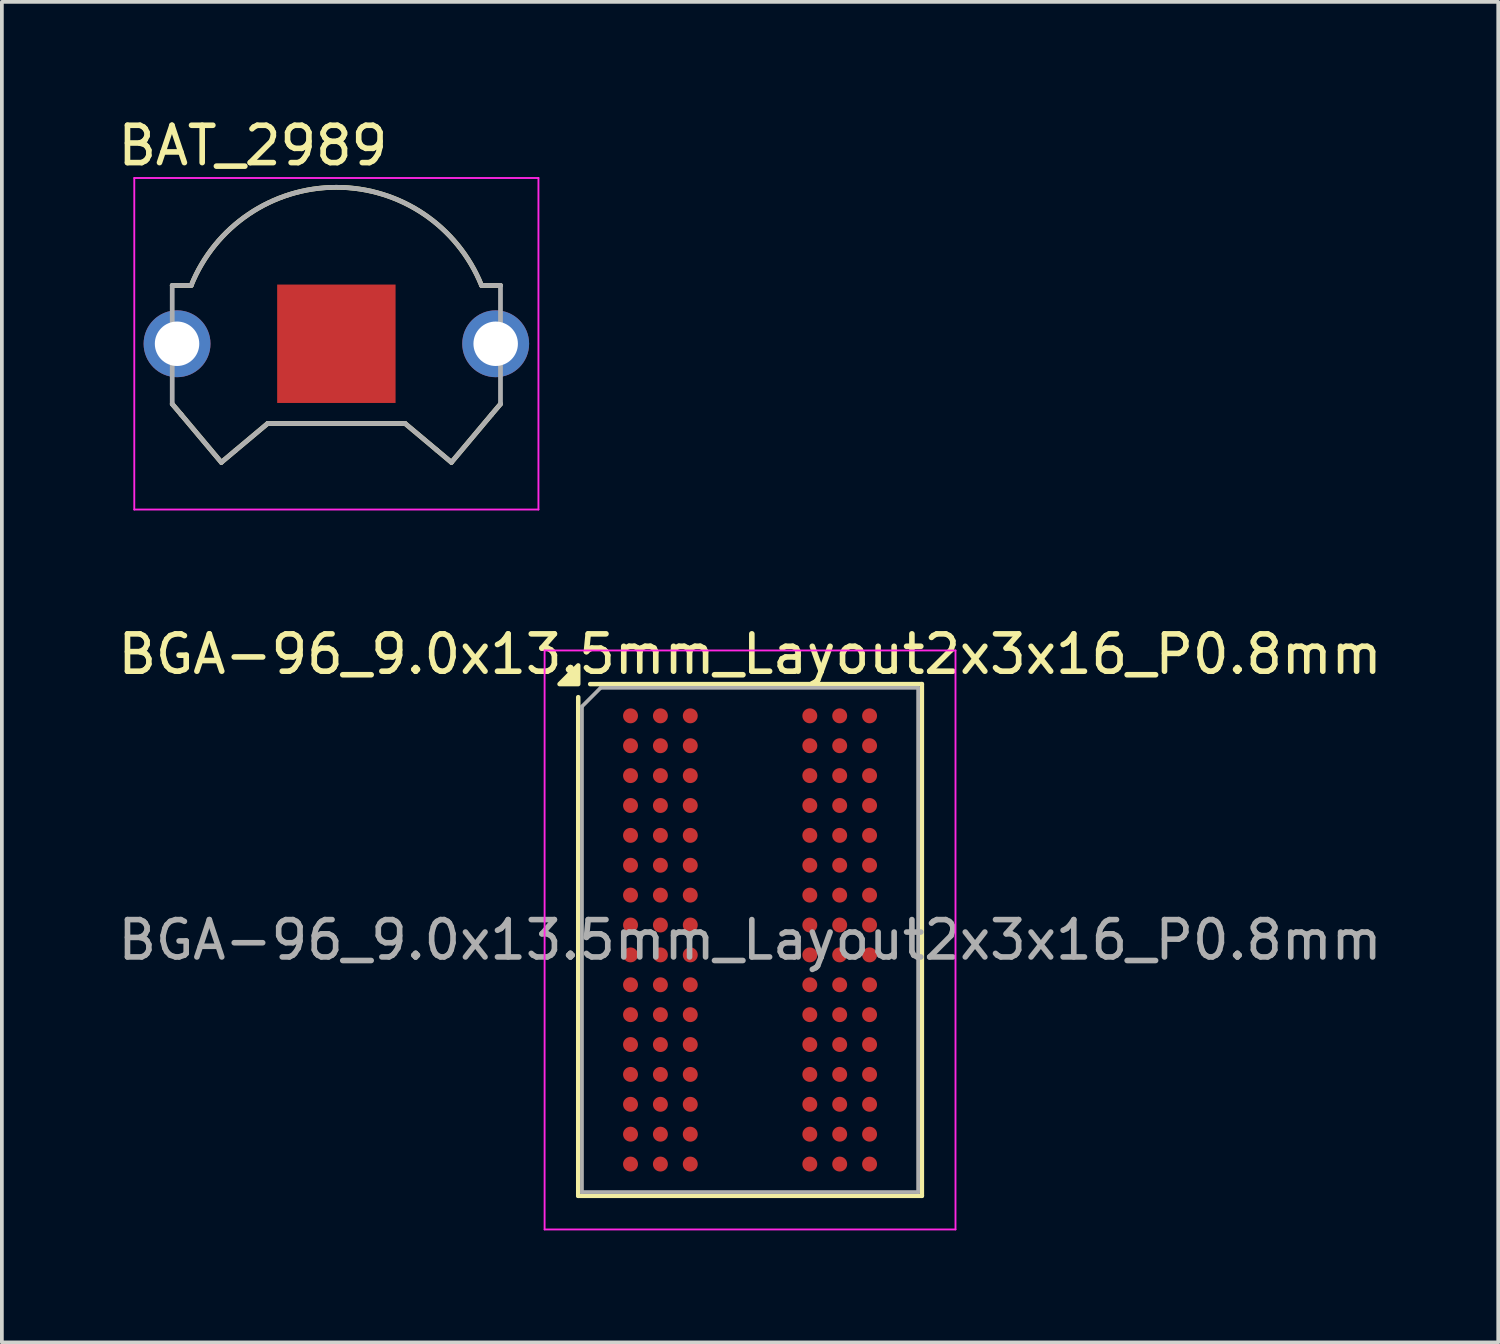
<source format=kicad_pcb>
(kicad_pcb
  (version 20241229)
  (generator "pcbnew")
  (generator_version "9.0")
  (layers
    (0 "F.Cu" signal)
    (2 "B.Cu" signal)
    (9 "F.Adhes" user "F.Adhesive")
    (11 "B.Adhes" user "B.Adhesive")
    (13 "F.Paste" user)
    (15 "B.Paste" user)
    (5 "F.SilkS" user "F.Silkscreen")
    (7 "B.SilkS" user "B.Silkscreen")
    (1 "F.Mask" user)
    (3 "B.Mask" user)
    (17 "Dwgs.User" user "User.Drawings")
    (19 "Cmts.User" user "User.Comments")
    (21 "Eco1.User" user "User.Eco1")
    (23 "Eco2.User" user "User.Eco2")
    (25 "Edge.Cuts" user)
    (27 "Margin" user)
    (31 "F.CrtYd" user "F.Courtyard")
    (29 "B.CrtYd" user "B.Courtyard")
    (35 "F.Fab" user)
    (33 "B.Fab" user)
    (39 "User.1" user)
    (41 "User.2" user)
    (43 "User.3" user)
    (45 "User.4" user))
  (footprint "BGA-96_9.0x13.5mm_Layout2x3x16_P0.8mm"
    (layer "F.Cu")
    (at 17.03 22.114)
    (property "Reference" "BGA-96_9.0x13.5mm_Layout2x3x16_P0.8mm" (at 0 -7.65 0) (layer "F.SilkS") (effects (font (size 1 1) (thickness 0.15))))
    (attr smd)
    (fp_line (start -4.6 -6.5) (end -4.6 6.85) (stroke (width 0.12) (type solid)) (layer "F.SilkS"))
    (fp_line (start -4.6 6.85) (end 4.6 6.85) (stroke (width 0.12) (type solid)) (layer "F.SilkS"))
    (fp_line (start 4.6 -6.85) (end -4.28 -6.85) (stroke (width 0.12) (type solid)) (layer "F.SilkS"))
    (fp_line (start 4.6 6.85) (end 4.6 -6.85) (stroke (width 0.12) (type solid)) (layer "F.SilkS"))
    (fp_poly (pts (xy -4.6 -6.85) (xy -5.1 -6.85) (xy -4.6 -7.35) (xy -4.6 -6.85)) (stroke (width 0.12) (type solid)) (fill yes) (layer "F.SilkS"))
    (fp_line (start -5.5 -7.75) (end -5.5 7.75) (stroke (width 0.05) (type solid)) (layer "F.CrtYd"))
    (fp_line (start -5.5 -7.75) (end 5.5 -7.75) (stroke (width 0.05) (type solid)) (layer "F.CrtYd"))
    (fp_line (start 5.5 7.75) (end -5.5 7.75) (stroke (width 0.05) (type solid)) (layer "F.CrtYd"))
    (fp_line (start 5.5 7.75) (end 5.5 -7.75) (stroke (width 0.05) (type solid)) (layer "F.CrtYd"))
    (fp_line (start -4.5 -6.25) (end -4.5 6.75) (stroke (width 0.1) (type solid)) (layer "F.Fab"))
    (fp_line (start -4.5 6.75) (end 4.5 6.75) (stroke (width 0.1) (type solid)) (layer "F.Fab"))
    (fp_line (start -4 -6.75) (end -4.5 -6.25) (stroke (width 0.1) (type solid)) (layer "F.Fab"))
    (fp_line (start 4.5 -6.75) (end -4 -6.75) (stroke (width 0.1) (type solid)) (layer "F.Fab"))
    (fp_line (start 4.5 6.75) (end 4.5 -6.75) (stroke (width 0.1) (type solid)) (layer "F.Fab"))
    (fp_text user "${REFERENCE}" (at 0 0 0) (layer "F.Fab") (effects (font (size 1 1) (thickness 0.15))))
    (pad "A1" smd circle (at -3.2 -6) (size 0.4 0.4) (property pad_prop_bga) (layers "F.Cu" "F.Mask" "F.Paste"))
    (pad "A2" smd circle (at -2.4 -6) (size 0.4 0.4) (property pad_prop_bga) (layers "F.Cu" "F.Mask" "F.Paste"))
    (pad "A3" smd circle (at -1.6 -6) (size 0.4 0.4) (property pad_prop_bga) (layers "F.Cu" "F.Mask" "F.Paste"))
    (pad "A7" smd circle (at 1.6 -6) (size 0.4 0.4) (property pad_prop_bga) (layers "F.Cu" "F.Mask" "F.Paste"))
    (pad "A8" smd circle (at 2.4 -6) (size 0.4 0.4) (property pad_prop_bga) (layers "F.Cu" "F.Mask" "F.Paste"))
    (pad "A9" smd circle (at 3.2 -6) (size 0.4 0.4) (property pad_prop_bga) (layers "F.Cu" "F.Mask" "F.Paste"))
    (pad "B1" smd circle (at -3.2 -5.2) (size 0.4 0.4) (property pad_prop_bga) (layers "F.Cu" "F.Mask" "F.Paste"))
    (pad "B2" smd circle (at -2.4 -5.2) (size 0.4 0.4) (property pad_prop_bga) (layers "F.Cu" "F.Mask" "F.Paste"))
    (pad "B3" smd circle (at -1.6 -5.2) (size 0.4 0.4) (property pad_prop_bga) (layers "F.Cu" "F.Mask" "F.Paste"))
    (pad "B7" smd circle (at 1.6 -5.2) (size 0.4 0.4) (property pad_prop_bga) (layers "F.Cu" "F.Mask" "F.Paste"))
    (pad "B8" smd circle (at 2.4 -5.2) (size 0.4 0.4) (property pad_prop_bga) (layers "F.Cu" "F.Mask" "F.Paste"))
    (pad "B9" smd circle (at 3.2 -5.2) (size 0.4 0.4) (property pad_prop_bga) (layers "F.Cu" "F.Mask" "F.Paste"))
    (pad "C1" smd circle (at -3.2 -4.4) (size 0.4 0.4) (property pad_prop_bga) (layers "F.Cu" "F.Mask" "F.Paste"))
    (pad "C2" smd circle (at -2.4 -4.4) (size 0.4 0.4) (property pad_prop_bga) (layers "F.Cu" "F.Mask" "F.Paste"))
    (pad "C3" smd circle (at -1.6 -4.4) (size 0.4 0.4) (property pad_prop_bga) (layers "F.Cu" "F.Mask" "F.Paste"))
    (pad "C7" smd circle (at 1.6 -4.4) (size 0.4 0.4) (property pad_prop_bga) (layers "F.Cu" "F.Mask" "F.Paste"))
    (pad "C8" smd circle (at 2.4 -4.4) (size 0.4 0.4) (property pad_prop_bga) (layers "F.Cu" "F.Mask" "F.Paste"))
    (pad "C9" smd circle (at 3.2 -4.4) (size 0.4 0.4) (property pad_prop_bga) (layers "F.Cu" "F.Mask" "F.Paste"))
    (pad "D1" smd circle (at -3.2 -3.6) (size 0.4 0.4) (property pad_prop_bga) (layers "F.Cu" "F.Mask" "F.Paste"))
    (pad "D2" smd circle (at -2.4 -3.6) (size 0.4 0.4) (property pad_prop_bga) (layers "F.Cu" "F.Mask" "F.Paste"))
    (pad "D3" smd circle (at -1.6 -3.6) (size 0.4 0.4) (property pad_prop_bga) (layers "F.Cu" "F.Mask" "F.Paste"))
    (pad "D7" smd circle (at 1.6 -3.6) (size 0.4 0.4) (property pad_prop_bga) (layers "F.Cu" "F.Mask" "F.Paste"))
    (pad "D8" smd circle (at 2.4 -3.6) (size 0.4 0.4) (property pad_prop_bga) (layers "F.Cu" "F.Mask" "F.Paste"))
    (pad "D9" smd circle (at 3.2 -3.6) (size 0.4 0.4) (property pad_prop_bga) (layers "F.Cu" "F.Mask" "F.Paste"))
    (pad "E1" smd circle (at -3.2 -2.8) (size 0.4 0.4) (property pad_prop_bga) (layers "F.Cu" "F.Mask" "F.Paste"))
    (pad "E2" smd circle (at -2.4 -2.8) (size 0.4 0.4) (property pad_prop_bga) (layers "F.Cu" "F.Mask" "F.Paste"))
    (pad "E3" smd circle (at -1.6 -2.8) (size 0.4 0.4) (property pad_prop_bga) (layers "F.Cu" "F.Mask" "F.Paste"))
    (pad "E7" smd circle (at 1.6 -2.8) (size 0.4 0.4) (property pad_prop_bga) (layers "F.Cu" "F.Mask" "F.Paste"))
    (pad "E8" smd circle (at 2.4 -2.8) (size 0.4 0.4) (property pad_prop_bga) (layers "F.Cu" "F.Mask" "F.Paste"))
    (pad "E9" smd circle (at 3.2 -2.8) (size 0.4 0.4) (property pad_prop_bga) (layers "F.Cu" "F.Mask" "F.Paste"))
    (pad "F1" smd circle (at -3.2 -2) (size 0.4 0.4) (property pad_prop_bga) (layers "F.Cu" "F.Mask" "F.Paste"))
    (pad "F2" smd circle (at -2.4 -2) (size 0.4 0.4) (property pad_prop_bga) (layers "F.Cu" "F.Mask" "F.Paste"))
    (pad "F3" smd circle (at -1.6 -2) (size 0.4 0.4) (property pad_prop_bga) (layers "F.Cu" "F.Mask" "F.Paste"))
    (pad "F7" smd circle (at 1.6 -2) (size 0.4 0.4) (property pad_prop_bga) (layers "F.Cu" "F.Mask" "F.Paste"))
    (pad "F8" smd circle (at 2.4 -2) (size 0.4 0.4) (property pad_prop_bga) (layers "F.Cu" "F.Mask" "F.Paste"))
    (pad "F9" smd circle (at 3.2 -2) (size 0.4 0.4) (property pad_prop_bga) (layers "F.Cu" "F.Mask" "F.Paste"))
    (pad "G1" smd circle (at -3.2 -1.2) (size 0.4 0.4) (property pad_prop_bga) (layers "F.Cu" "F.Mask" "F.Paste"))
    (pad "G2" smd circle (at -2.4 -1.2) (size 0.4 0.4) (property pad_prop_bga) (layers "F.Cu" "F.Mask" "F.Paste"))
    (pad "G3" smd circle (at -1.6 -1.2) (size 0.4 0.4) (property pad_prop_bga) (layers "F.Cu" "F.Mask" "F.Paste"))
    (pad "G7" smd circle (at 1.6 -1.2) (size 0.4 0.4) (property pad_prop_bga) (layers "F.Cu" "F.Mask" "F.Paste"))
    (pad "G8" smd circle (at 2.4 -1.2) (size 0.4 0.4) (property pad_prop_bga) (layers "F.Cu" "F.Mask" "F.Paste"))
    (pad "G9" smd circle (at 3.2 -1.2) (size 0.4 0.4) (property pad_prop_bga) (layers "F.Cu" "F.Mask" "F.Paste"))
    (pad "H1" smd circle (at -3.2 -0.4) (size 0.4 0.4) (property pad_prop_bga) (layers "F.Cu" "F.Mask" "F.Paste"))
    (pad "H2" smd circle (at -2.4 -0.4) (size 0.4 0.4) (property pad_prop_bga) (layers "F.Cu" "F.Mask" "F.Paste"))
    (pad "H3" smd circle (at -1.6 -0.4) (size 0.4 0.4) (property pad_prop_bga) (layers "F.Cu" "F.Mask" "F.Paste"))
    (pad "H7" smd circle (at 1.6 -0.4) (size 0.4 0.4) (property pad_prop_bga) (layers "F.Cu" "F.Mask" "F.Paste"))
    (pad "H8" smd circle (at 2.4 -0.4) (size 0.4 0.4) (property pad_prop_bga) (layers "F.Cu" "F.Mask" "F.Paste"))
    (pad "H9" smd circle (at 3.2 -0.4) (size 0.4 0.4) (property pad_prop_bga) (layers "F.Cu" "F.Mask" "F.Paste"))
    (pad "J1" smd circle (at -3.2 0.4) (size 0.4 0.4) (property pad_prop_bga) (layers "F.Cu" "F.Mask" "F.Paste"))
    (pad "J2" smd circle (at -2.4 0.4) (size 0.4 0.4) (property pad_prop_bga) (layers "F.Cu" "F.Mask" "F.Paste"))
    (pad "J3" smd circle (at -1.6 0.4) (size 0.4 0.4) (property pad_prop_bga) (layers "F.Cu" "F.Mask" "F.Paste"))
    (pad "J7" smd circle (at 1.6 0.4) (size 0.4 0.4) (property pad_prop_bga) (layers "F.Cu" "F.Mask" "F.Paste"))
    (pad "J8" smd circle (at 2.4 0.4) (size 0.4 0.4) (property pad_prop_bga) (layers "F.Cu" "F.Mask" "F.Paste"))
    (pad "J9" smd circle (at 3.2 0.4) (size 0.4 0.4) (property pad_prop_bga) (layers "F.Cu" "F.Mask" "F.Paste"))
    (pad "K1" smd circle (at -3.2 1.2) (size 0.4 0.4) (property pad_prop_bga) (layers "F.Cu" "F.Mask" "F.Paste"))
    (pad "K2" smd circle (at -2.4 1.2) (size 0.4 0.4) (property pad_prop_bga) (layers "F.Cu" "F.Mask" "F.Paste"))
    (pad "K3" smd circle (at -1.6 1.2) (size 0.4 0.4) (property pad_prop_bga) (layers "F.Cu" "F.Mask" "F.Paste"))
    (pad "K7" smd circle (at 1.6 1.2) (size 0.4 0.4) (property pad_prop_bga) (layers "F.Cu" "F.Mask" "F.Paste"))
    (pad "K8" smd circle (at 2.4 1.2) (size 0.4 0.4) (property pad_prop_bga) (layers "F.Cu" "F.Mask" "F.Paste"))
    (pad "K9" smd circle (at 3.2 1.2) (size 0.4 0.4) (property pad_prop_bga) (layers "F.Cu" "F.Mask" "F.Paste"))
    (pad "L1" smd circle (at -3.2 2) (size 0.4 0.4) (property pad_prop_bga) (layers "F.Cu" "F.Mask" "F.Paste"))
    (pad "L2" smd circle (at -2.4 2) (size 0.4 0.4) (property pad_prop_bga) (layers "F.Cu" "F.Mask" "F.Paste"))
    (pad "L3" smd circle (at -1.6 2) (size 0.4 0.4) (property pad_prop_bga) (layers "F.Cu" "F.Mask" "F.Paste"))
    (pad "L7" smd circle (at 1.6 2) (size 0.4 0.4) (property pad_prop_bga) (layers "F.Cu" "F.Mask" "F.Paste"))
    (pad "L8" smd circle (at 2.4 2) (size 0.4 0.4) (property pad_prop_bga) (layers "F.Cu" "F.Mask" "F.Paste"))
    (pad "L9" smd circle (at 3.2 2) (size 0.4 0.4) (property pad_prop_bga) (layers "F.Cu" "F.Mask" "F.Paste"))
    (pad "M1" smd circle (at -3.2 2.8) (size 0.4 0.4) (property pad_prop_bga) (layers "F.Cu" "F.Mask" "F.Paste"))
    (pad "M2" smd circle (at -2.4 2.8) (size 0.4 0.4) (property pad_prop_bga) (layers "F.Cu" "F.Mask" "F.Paste"))
    (pad "M3" smd circle (at -1.6 2.8) (size 0.4 0.4) (property pad_prop_bga) (layers "F.Cu" "F.Mask" "F.Paste"))
    (pad "M7" smd circle (at 1.6 2.8) (size 0.4 0.4) (property pad_prop_bga) (layers "F.Cu" "F.Mask" "F.Paste"))
    (pad "M8" smd circle (at 2.4 2.8) (size 0.4 0.4) (property pad_prop_bga) (layers "F.Cu" "F.Mask" "F.Paste"))
    (pad "M9" smd circle (at 3.2 2.8) (size 0.4 0.4) (property pad_prop_bga) (layers "F.Cu" "F.Mask" "F.Paste"))
    (pad "N1" smd circle (at -3.2 3.6) (size 0.4 0.4) (property pad_prop_bga) (layers "F.Cu" "F.Mask" "F.Paste"))
    (pad "N2" smd circle (at -2.4 3.6) (size 0.4 0.4) (property pad_prop_bga) (layers "F.Cu" "F.Mask" "F.Paste"))
    (pad "N3" smd circle (at -1.6 3.6) (size 0.4 0.4) (property pad_prop_bga) (layers "F.Cu" "F.Mask" "F.Paste"))
    (pad "N7" smd circle (at 1.6 3.6) (size 0.4 0.4) (property pad_prop_bga) (layers "F.Cu" "F.Mask" "F.Paste"))
    (pad "N8" smd circle (at 2.4 3.6) (size 0.4 0.4) (property pad_prop_bga) (layers "F.Cu" "F.Mask" "F.Paste"))
    (pad "N9" smd circle (at 3.2 3.6) (size 0.4 0.4) (property pad_prop_bga) (layers "F.Cu" "F.Mask" "F.Paste"))
    (pad "P1" smd circle (at -3.2 4.4) (size 0.4 0.4) (property pad_prop_bga) (layers "F.Cu" "F.Mask" "F.Paste"))
    (pad "P2" smd circle (at -2.4 4.4) (size 0.4 0.4) (property pad_prop_bga) (layers "F.Cu" "F.Mask" "F.Paste"))
    (pad "P3" smd circle (at -1.6 4.4) (size 0.4 0.4) (property pad_prop_bga) (layers "F.Cu" "F.Mask" "F.Paste"))
    (pad "P7" smd circle (at 1.6 4.4) (size 0.4 0.4) (property pad_prop_bga) (layers "F.Cu" "F.Mask" "F.Paste"))
    (pad "P8" smd circle (at 2.4 4.4) (size 0.4 0.4) (property pad_prop_bga) (layers "F.Cu" "F.Mask" "F.Paste"))
    (pad "P9" smd circle (at 3.2 4.4) (size 0.4 0.4) (property pad_prop_bga) (layers "F.Cu" "F.Mask" "F.Paste"))
    (pad "R1" smd circle (at -3.2 5.2) (size 0.4 0.4) (property pad_prop_bga) (layers "F.Cu" "F.Mask" "F.Paste"))
    (pad "R2" smd circle (at -2.4 5.2) (size 0.4 0.4) (property pad_prop_bga) (layers "F.Cu" "F.Mask" "F.Paste"))
    (pad "R3" smd circle (at -1.6 5.2) (size 0.4 0.4) (property pad_prop_bga) (layers "F.Cu" "F.Mask" "F.Paste"))
    (pad "R7" smd circle (at 1.6 5.2) (size 0.4 0.4) (property pad_prop_bga) (layers "F.Cu" "F.Mask" "F.Paste"))
    (pad "R8" smd circle (at 2.4 5.2) (size 0.4 0.4) (property pad_prop_bga) (layers "F.Cu" "F.Mask" "F.Paste"))
    (pad "R9" smd circle (at 3.2 5.2) (size 0.4 0.4) (property pad_prop_bga) (layers "F.Cu" "F.Mask" "F.Paste"))
    (pad "T1" smd circle (at -3.2 6) (size 0.4 0.4) (property pad_prop_bga) (layers "F.Cu" "F.Mask" "F.Paste"))
    (pad "T2" smd circle (at -2.4 6) (size 0.4 0.4) (property pad_prop_bga) (layers "F.Cu" "F.Mask" "F.Paste"))
    (pad "T3" smd circle (at -1.6 6) (size 0.4 0.4) (property pad_prop_bga) (layers "F.Cu" "F.Mask" "F.Paste"))
    (pad "T7" smd circle (at 1.6 6) (size 0.4 0.4) (property pad_prop_bga) (layers "F.Cu" "F.Mask" "F.Paste"))
    (pad "T8" smd circle (at 2.4 6) (size 0.4 0.4) (property pad_prop_bga) (layers "F.Cu" "F.Mask" "F.Paste"))
    (pad "T9" smd circle (at 3.2 6) (size 0.4 0.4) (property pad_prop_bga) (layers "F.Cu" "F.Mask" "F.Paste")))
  (footprint "BAT_2989"
    (layer "F.Cu")
    (at 5.955 6.153)
    (property "Reference" "BAT_2989" (at -2.235 -5.305 0) (layer "F.SilkS") (effects (font (size 1 1) (thickness 0.15))))
    (attr through_hole)
    (fp_line (start -4.394 -1.562) (end -3.886 -1.562) (stroke (width 0.127) (type solid)) (layer "F.SilkS"))
    (fp_line (start -4.158 1.891) (end -4.394 1.613) (stroke (width 0.127) (type solid)) (layer "F.SilkS"))
    (fp_line (start -3.08 3.175) (end -4.158 1.891) (stroke (width 0.127) (type solid)) (layer "F.SilkS"))
    (fp_line (start -2.691 2.848) (end -3.08 3.175) (stroke (width 0.127) (type solid)) (layer "F.SilkS"))
    (fp_line (start -1.839 2.134) (end -2.691 2.848) (stroke (width 0.127) (type solid)) (layer "F.SilkS"))
    (fp_line (start 1.839 2.134) (end -1.839 2.134) (stroke (width 0.127) (type solid)) (layer "F.SilkS"))
    (fp_line (start 2.691 2.848) (end 1.839 2.134) (stroke (width 0.127) (type solid)) (layer "F.SilkS"))
    (fp_line (start 3.08 3.175) (end 2.691 2.848) (stroke (width 0.127) (type solid)) (layer "F.SilkS"))
    (fp_line (start 3.886 -1.562) (end 4.394 -1.562) (stroke (width 0.127) (type solid)) (layer "F.SilkS"))
    (fp_line (start 4.158 1.891) (end 3.08 3.175) (stroke (width 0.127) (type solid)) (layer "F.SilkS"))
    (fp_line (start 4.394 1.613) (end 4.158 1.891) (stroke (width 0.127) (type solid)) (layer "F.SilkS"))
    (fp_arc (start -3.8862 -1.562101) (mid 0 -4.188313) (end 3.8862 -1.5621) (stroke (width 0.127) (type solid)) (layer "F.SilkS"))
    (fp_line (start -5.41 -4.438) (end -5.41 4.438) (stroke (width 0.05) (type solid)) (layer "F.CrtYd"))
    (fp_line (start 5.41 -4.438) (end -5.41 -4.438) (stroke (width 0.05) (type solid)) (layer "F.CrtYd"))
    (fp_line (start 5.41 -4.438) (end 5.41 4.438) (stroke (width 0.05) (type solid)) (layer "F.CrtYd"))
    (fp_line (start 5.41 4.438) (end -5.41 4.438) (stroke (width 0.05) (type solid)) (layer "F.CrtYd"))
    (fp_line (start -4.394 -1.562) (end -3.886 -1.562) (stroke (width 0.127) (type solid)) (layer "F.Fab"))
    (fp_line (start -4.394 1.613) (end -4.394 -1.562) (stroke (width 0.127) (type solid)) (layer "F.Fab"))
    (fp_line (start -4.158 1.891) (end -4.394 1.613) (stroke (width 0.127) (type solid)) (layer "F.Fab"))
    (fp_line (start -3.08 3.175) (end -4.158 1.891) (stroke (width 0.127) (type solid)) (layer "F.Fab"))
    (fp_line (start -2.691 2.848) (end -3.08 3.175) (stroke (width 0.127) (type solid)) (layer "F.Fab"))
    (fp_line (start -1.839 2.134) (end -2.691 2.848) (stroke (width 0.127) (type solid)) (layer "F.Fab"))
    (fp_line (start 1.839 2.134) (end -1.839 2.134) (stroke (width 0.127) (type solid)) (layer "F.Fab"))
    (fp_line (start 2.691 2.848) (end 1.839 2.134) (stroke (width 0.127) (type solid)) (layer "F.Fab"))
    (fp_line (start 3.08 3.175) (end 2.691 2.848) (stroke (width 0.127) (type solid)) (layer "F.Fab"))
    (fp_line (start 3.886 -1.562) (end 4.394 -1.562) (stroke (width 0.127) (type solid)) (layer "F.Fab"))
    (fp_line (start 4.158 1.891) (end 3.08 3.175) (stroke (width 0.127) (type solid)) (layer "F.Fab"))
    (fp_line (start 4.394 -1.562) (end 4.394 1.613) (stroke (width 0.127) (type solid)) (layer "F.Fab"))
    (fp_line (start 4.394 1.613) (end 4.158 1.891) (stroke (width 0.127) (type solid)) (layer "F.Fab"))
    (fp_arc (start -3.8862 -1.562101) (mid 0 -4.188313) (end 3.8862 -1.5621) (stroke (width 0.127) (type solid)) (layer "F.Fab"))
    (pad "N" smd rect (at 0 0) (size 3.17 3.17) (layers "F.Cu" "F.Mask"))
    (pad "P1" thru_hole circle (at -4.265 0) (size 1.79 1.79) (drill 1.19) (layers "*.Cu" "*.Mask"))
    (pad "P1" thru_hole circle (at 4.265 0) (size 1.79 1.79) (drill 1.19) (layers "*.Cu" "*.Mask")))
  (gr_rect
    (start -3 -3)
    (end 37.06 32.889)
    (stroke (width 0.1) (type default))
    (fill no)
    (layer "Edge.Cuts")))
</source>
